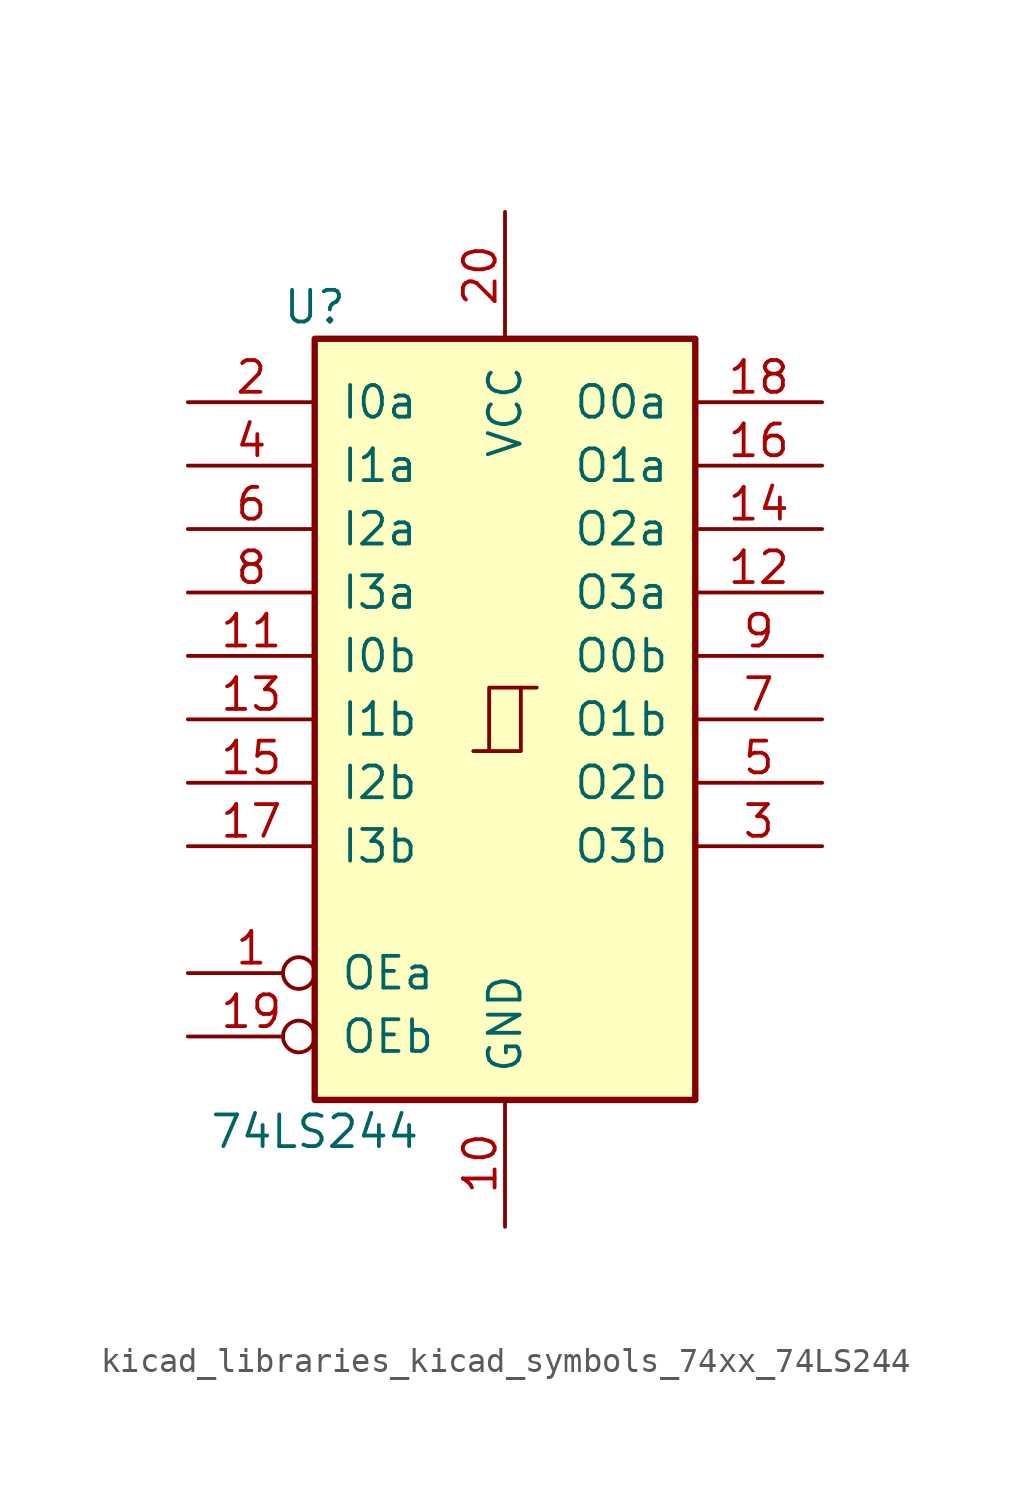
<source format=kicad_sym>
(kicad_symbol_lib
  (version 20220914)
  (generator kicad_symbol_editor)
  (symbol "kicad_libraries_kicad_symbols_74xx_74LS244"
    (pin_names
      (offset 1.016))
    (property "Reference" "U"
      (at -7.62 16.51 0)
      (effects (font (size 1.27 1.27))))
    (property "Value" "74LS244"
      (at -7.62 -16.51 0)
      (effects (font (size 1.27 1.27))))
    (symbol "kicad_libraries_kicad_symbols_74xx_74LS244_1_0"
      (polyline (pts (xy -0.635 -1.27) (xy -0.635 1.27) (xy 0.635 1.27)) (stroke (width 0) (type default)) (fill (type none)))
      (polyline (pts (xy -1.27 -1.27) (xy 0.635 -1.27) (xy 0.635 1.27) (xy 1.27 1.27)) (stroke (width 0) (type default)) (fill (type none)))
      (pin input inverted (at -12.7 -10.16 0) (length 5.08) (name "OEa" (effects (font (size 1.27 1.27)))) (number "1" (effects (font (size 1.27 1.27)))))
      (pin power_in line (at 0 -20.32 90) (length 5.08) (name "GND" (effects (font (size 1.27 1.27)))) (number "10" (effects (font (size 1.27 1.27)))))
      (pin input line (at -12.7 2.54 0) (length 5.08) (name "I0b" (effects (font (size 1.27 1.27)))) (number "11" (effects (font (size 1.27 1.27)))))
      (pin tri_state line (at 12.7 5.08 180) (length 5.08) (name "O3a" (effects (font (size 1.27 1.27)))) (number "12" (effects (font (size 1.27 1.27)))))
      (pin input line (at -12.7 0 0) (length 5.08) (name "I1b" (effects (font (size 1.27 1.27)))) (number "13" (effects (font (size 1.27 1.27)))))
      (pin tri_state line (at 12.7 7.62 180) (length 5.08) (name "O2a" (effects (font (size 1.27 1.27)))) (number "14" (effects (font (size 1.27 1.27)))))
      (pin input line (at -12.7 -2.54 0) (length 5.08) (name "I2b" (effects (font (size 1.27 1.27)))) (number "15" (effects (font (size 1.27 1.27)))))
      (pin tri_state line (at 12.7 10.16 180) (length 5.08) (name "O1a" (effects (font (size 1.27 1.27)))) (number "16" (effects (font (size 1.27 1.27)))))
      (pin input line (at -12.7 -5.08 0) (length 5.08) (name "I3b" (effects (font (size 1.27 1.27)))) (number "17" (effects (font (size 1.27 1.27)))))
      (pin tri_state line (at 12.7 12.7 180) (length 5.08) (name "O0a" (effects (font (size 1.27 1.27)))) (number "18" (effects (font (size 1.27 1.27)))))
      (pin input inverted (at -12.7 -12.7 0) (length 5.08) (name "OEb" (effects (font (size 1.27 1.27)))) (number "19" (effects (font (size 1.27 1.27)))))
      (pin input line (at -12.7 12.7 0) (length 5.08) (name "I0a" (effects (font (size 1.27 1.27)))) (number "2" (effects (font (size 1.27 1.27)))))
      (pin power_in line (at 0 20.32 270) (length 5.08) (name "VCC" (effects (font (size 1.27 1.27)))) (number "20" (effects (font (size 1.27 1.27)))))
      (pin tri_state line (at 12.7 -5.08 180) (length 5.08) (name "O3b" (effects (font (size 1.27 1.27)))) (number "3" (effects (font (size 1.27 1.27)))))
      (pin input line (at -12.7 10.16 0) (length 5.08) (name "I1a" (effects (font (size 1.27 1.27)))) (number "4" (effects (font (size 1.27 1.27)))))
      (pin tri_state line (at 12.7 -2.54 180) (length 5.08) (name "O2b" (effects (font (size 1.27 1.27)))) (number "5" (effects (font (size 1.27 1.27)))))
      (pin input line (at -12.7 7.62 0) (length 5.08) (name "I2a" (effects (font (size 1.27 1.27)))) (number "6" (effects (font (size 1.27 1.27)))))
      (pin tri_state line (at 12.7 0 180) (length 5.08) (name "O1b" (effects (font (size 1.27 1.27)))) (number "7" (effects (font (size 1.27 1.27)))))
      (pin input line (at -12.7 5.08 0) (length 5.08) (name "I3a" (effects (font (size 1.27 1.27)))) (number "8" (effects (font (size 1.27 1.27)))))
      (pin tri_state line (at 12.7 2.54 180) (length 5.08) (name "O0b" (effects (font (size 1.27 1.27)))) (number "9" (effects (font (size 1.27 1.27))))))
    (symbol "kicad_libraries_kicad_symbols_74xx_74LS244_1_1"
      (rectangle (start -7.62 15.24) (end 7.62 -15.24) (stroke (width 0.254) (type default)) (fill (type background))))))
</source>
